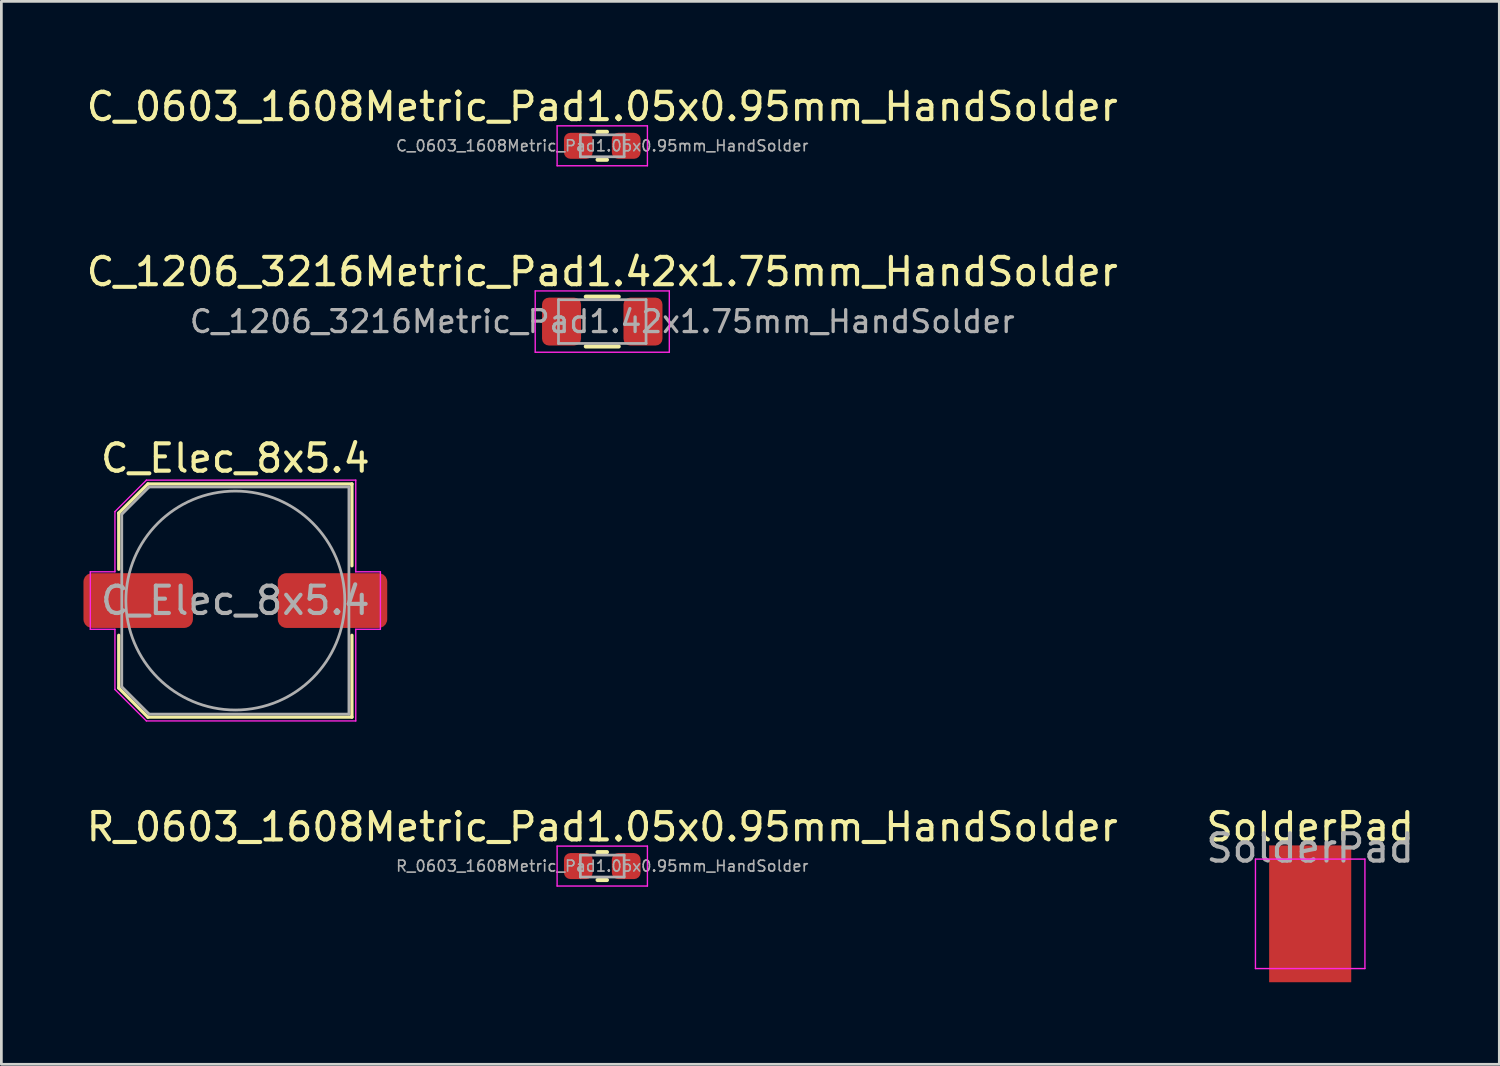
<source format=kicad_pcb>
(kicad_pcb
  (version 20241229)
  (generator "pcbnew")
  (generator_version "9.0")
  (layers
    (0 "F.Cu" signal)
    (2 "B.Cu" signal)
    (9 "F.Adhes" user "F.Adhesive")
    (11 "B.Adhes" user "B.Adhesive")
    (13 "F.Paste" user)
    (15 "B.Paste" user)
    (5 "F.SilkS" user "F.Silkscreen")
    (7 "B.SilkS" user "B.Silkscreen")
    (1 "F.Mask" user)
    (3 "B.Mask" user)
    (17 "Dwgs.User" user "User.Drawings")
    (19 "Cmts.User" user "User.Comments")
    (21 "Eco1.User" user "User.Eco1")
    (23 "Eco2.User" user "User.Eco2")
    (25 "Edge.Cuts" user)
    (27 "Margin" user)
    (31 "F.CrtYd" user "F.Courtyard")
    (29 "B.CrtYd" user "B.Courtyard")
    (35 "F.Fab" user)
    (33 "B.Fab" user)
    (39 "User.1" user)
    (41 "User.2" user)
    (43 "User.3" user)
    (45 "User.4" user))
  (footprint "C_1206_3216Metric_Pad1.42x1.75mm_HandSolder"
    (layer "F.Cu")
    (at 18.958 8.701)
    (property "Reference" "C_1206_3216Metric_Pad1.42x1.75mm_HandSolder" (at 0 -1.82 0) (layer "F.SilkS") (effects (font (size 1 1) (thickness 0.15))))
    (attr smd)
    (fp_line (start -0.602 -0.91) (end 0.602 -0.91) (stroke (width 0.15) (type solid)) (layer "F.SilkS"))
    (fp_line (start -0.602 0.91) (end 0.602 0.91) (stroke (width 0.15) (type solid)) (layer "F.SilkS"))
    (fp_line (start -2.45 -1.12) (end 2.45 -1.12) (stroke (width 0.05) (type solid)) (layer "F.CrtYd"))
    (fp_line (start -2.45 1.12) (end -2.45 -1.12) (stroke (width 0.05) (type solid)) (layer "F.CrtYd"))
    (fp_line (start 2.45 -1.12) (end 2.45 1.12) (stroke (width 0.05) (type solid)) (layer "F.CrtYd"))
    (fp_line (start 2.45 1.12) (end -2.45 1.12) (stroke (width 0.05) (type solid)) (layer "F.CrtYd"))
    (fp_line (start -1.6 -0.8) (end 1.6 -0.8) (stroke (width 0.1) (type solid)) (layer "F.Fab"))
    (fp_line (start -1.6 0.8) (end -1.6 -0.8) (stroke (width 0.1) (type solid)) (layer "F.Fab"))
    (fp_line (start 1.6 -0.8) (end 1.6 0.8) (stroke (width 0.1) (type solid)) (layer "F.Fab"))
    (fp_line (start 1.6 0.8) (end -1.6 0.8) (stroke (width 0.1) (type solid)) (layer "F.Fab"))
    (fp_text user "${REFERENCE}" (at 0 0 0) (layer "F.Fab") (effects (font (size 0.8 0.8) (thickness 0.12))))
    (pad "1" smd roundrect (at -1.488 0) (size 1.425 1.75) (layers "F.Cu" "F.Mask" "F.Paste") (roundrect_rratio 0.175))
    (pad "2" smd roundrect (at 1.488 0) (size 1.425 1.75) (layers "F.Cu" "F.Mask" "F.Paste") (roundrect_rratio 0.175)))
  (footprint "C_0603_1608Metric_Pad1.05x0.95mm_HandSolder"
    (layer "F.Cu")
    (at 18.958 2.278)
    (property "Reference" "C_0603_1608Metric_Pad1.05x0.95mm_HandSolder" (at 0 -1.43 0) (layer "F.SilkS") (effects (font (size 1 1) (thickness 0.15))))
    (attr smd)
    (fp_line (start -0.171 -0.51) (end 0.171 -0.51) (stroke (width 0.15) (type solid)) (layer "F.SilkS"))
    (fp_line (start -0.171 0.51) (end 0.171 0.51) (stroke (width 0.15) (type solid)) (layer "F.SilkS"))
    (fp_line (start -1.65 -0.73) (end 1.65 -0.73) (stroke (width 0.05) (type solid)) (layer "F.CrtYd"))
    (fp_line (start -1.65 0.73) (end -1.65 -0.73) (stroke (width 0.05) (type solid)) (layer "F.CrtYd"))
    (fp_line (start 1.65 -0.73) (end 1.65 0.73) (stroke (width 0.05) (type solid)) (layer "F.CrtYd"))
    (fp_line (start 1.65 0.73) (end -1.65 0.73) (stroke (width 0.05) (type solid)) (layer "F.CrtYd"))
    (fp_line (start -0.8 -0.4) (end 0.8 -0.4) (stroke (width 0.1) (type solid)) (layer "F.Fab"))
    (fp_line (start -0.8 0.4) (end -0.8 -0.4) (stroke (width 0.1) (type solid)) (layer "F.Fab"))
    (fp_line (start 0.8 -0.4) (end 0.8 0.4) (stroke (width 0.1) (type solid)) (layer "F.Fab"))
    (fp_line (start 0.8 0.4) (end -0.8 0.4) (stroke (width 0.1) (type solid)) (layer "F.Fab"))
    (fp_text user "${REFERENCE}" (at 0 0 0) (layer "F.Fab") (effects (font (size 0.4 0.4) (thickness 0.06))))
    (pad "1" smd roundrect (at -0.875 0) (size 1.05 0.95) (layers "F.Cu" "F.Mask" "F.Paste") (roundrect_rratio 0.25))
    (pad "2" smd roundrect (at 0.875 0) (size 1.05 0.95) (layers "F.Cu" "F.Mask" "F.Paste") (roundrect_rratio 0.25)))
  (footprint "C_Elec_8x5.4"
    (layer "F.Cu")
    (at 5.55 18.895)
    (property "Reference" "C_Elec_8x5.4" (at 0 -5.2 0) (layer "F.SilkS") (effects (font (size 1 1) (thickness 0.15))))
    (attr smd)
    (fp_line (start -4.26 -3.196) (end -4.26 -1.143) (stroke (width 0.12) (type solid)) (layer "F.SilkS"))
    (fp_line (start -4.26 -3.196) (end -3.196 -4.26) (stroke (width 0.12) (type solid)) (layer "F.SilkS"))
    (fp_line (start -4.26 3.196) (end -4.26 1.27) (stroke (width 0.12) (type solid)) (layer "F.SilkS"))
    (fp_line (start -4.26 3.196) (end -3.196 4.26) (stroke (width 0.12) (type solid)) (layer "F.SilkS"))
    (fp_line (start -3.196 -4.26) (end 4.26 -4.26) (stroke (width 0.12) (type solid)) (layer "F.SilkS"))
    (fp_line (start -3.196 4.26) (end 4.26 4.26) (stroke (width 0.12) (type solid)) (layer "F.SilkS"))
    (fp_line (start 4.26 -4.26) (end 4.26 -1.27) (stroke (width 0.12) (type solid)) (layer "F.SilkS"))
    (fp_line (start 4.26 4.26) (end 4.26 1.27) (stroke (width 0.12) (type solid)) (layer "F.SilkS"))
    (fp_line (start -5.3 -1.05) (end -5.3 1.05) (stroke (width 0.05) (type solid)) (layer "F.CrtYd"))
    (fp_line (start -5.3 1.05) (end -4.4 1.05) (stroke (width 0.05) (type solid)) (layer "F.CrtYd"))
    (fp_line (start -4.4 -3.25) (end -4.4 -1.05) (stroke (width 0.05) (type solid)) (layer "F.CrtYd"))
    (fp_line (start -4.4 -3.25) (end -3.25 -4.4) (stroke (width 0.05) (type solid)) (layer "F.CrtYd"))
    (fp_line (start -4.4 -1.05) (end -5.3 -1.05) (stroke (width 0.05) (type solid)) (layer "F.CrtYd"))
    (fp_line (start -4.4 1.05) (end -4.4 3.25) (stroke (width 0.05) (type solid)) (layer "F.CrtYd"))
    (fp_line (start -4.4 3.25) (end -3.25 4.4) (stroke (width 0.05) (type solid)) (layer "F.CrtYd"))
    (fp_line (start -3.25 -4.4) (end 4.4 -4.4) (stroke (width 0.05) (type solid)) (layer "F.CrtYd"))
    (fp_line (start -3.25 4.4) (end 4.4 4.4) (stroke (width 0.05) (type solid)) (layer "F.CrtYd"))
    (fp_line (start 4.4 -4.4) (end 4.4 -1.05) (stroke (width 0.05) (type solid)) (layer "F.CrtYd"))
    (fp_line (start 4.4 -1.05) (end 5.3 -1.05) (stroke (width 0.05) (type solid)) (layer "F.CrtYd"))
    (fp_line (start 4.4 1.05) (end 4.4 4.4) (stroke (width 0.05) (type solid)) (layer "F.CrtYd"))
    (fp_line (start 5.3 -1.05) (end 5.3 1.05) (stroke (width 0.05) (type solid)) (layer "F.CrtYd"))
    (fp_line (start 5.3 1.05) (end 4.4 1.05) (stroke (width 0.05) (type solid)) (layer "F.CrtYd"))
    (fp_line (start -4.15 -3.15) (end -4.15 3.15) (stroke (width 0.1) (type solid)) (layer "F.Fab"))
    (fp_line (start -4.15 -3.15) (end -3.15 -4.15) (stroke (width 0.1) (type solid)) (layer "F.Fab"))
    (fp_line (start -4.15 3.15) (end -3.15 4.15) (stroke (width 0.1) (type solid)) (layer "F.Fab"))
    (fp_line (start -3.15 -4.15) (end 4.15 -4.15) (stroke (width 0.1) (type solid)) (layer "F.Fab"))
    (fp_line (start -3.15 4.15) (end 4.15 4.15) (stroke (width 0.1) (type solid)) (layer "F.Fab"))
    (fp_line (start 4.15 -4.15) (end 4.15 4.15) (stroke (width 0.1) (type solid)) (layer "F.Fab"))
    (fp_circle (center 0 0) (end 4 0) (stroke (width 0.1) (type solid)) (fill no) (layer "F.Fab"))
    (fp_text user "${REFERENCE}" (at 0 0 0) (layer "F.Fab") (effects (font (size 1 1) (thickness 0.15))))
    (pad "1" smd roundrect (at -3.55 0) (size 4 2) (layers "F.Cu" "F.Mask" "F.Paste") (roundrect_rratio 0.156))
    (pad "2" smd roundrect (at 3.55 0) (size 4 2) (layers "F.Cu" "F.Mask" "F.Paste") (roundrect_rratio 0.156)))
  (footprint "R_0603_1608Metric_Pad1.05x0.95mm_HandSolder"
    (layer "F.Cu")
    (at 18.958 28.598)
    (property "Reference" "R_0603_1608Metric_Pad1.05x0.95mm_HandSolder" (at 0 -1.43 0) (layer "F.SilkS") (effects (font (size 1 1) (thickness 0.15))))
    (attr smd)
    (fp_line (start -0.171 -0.51) (end 0.171 -0.51) (stroke (width 0.15) (type solid)) (layer "F.SilkS"))
    (fp_line (start -0.171 0.51) (end 0.171 0.51) (stroke (width 0.15) (type solid)) (layer "F.SilkS"))
    (fp_line (start -1.65 -0.73) (end 1.65 -0.73) (stroke (width 0.05) (type solid)) (layer "F.CrtYd"))
    (fp_line (start -1.65 0.73) (end -1.65 -0.73) (stroke (width 0.05) (type solid)) (layer "F.CrtYd"))
    (fp_line (start 1.65 -0.73) (end 1.65 0.73) (stroke (width 0.05) (type solid)) (layer "F.CrtYd"))
    (fp_line (start 1.65 0.73) (end -1.65 0.73) (stroke (width 0.05) (type solid)) (layer "F.CrtYd"))
    (fp_line (start -0.8 -0.4) (end 0.8 -0.4) (stroke (width 0.1) (type solid)) (layer "F.Fab"))
    (fp_line (start -0.8 0.4) (end -0.8 -0.4) (stroke (width 0.1) (type solid)) (layer "F.Fab"))
    (fp_line (start 0.8 -0.4) (end 0.8 0.4) (stroke (width 0.1) (type solid)) (layer "F.Fab"))
    (fp_line (start 0.8 0.4) (end -0.8 0.4) (stroke (width 0.1) (type solid)) (layer "F.Fab"))
    (fp_text user "${REFERENCE}" (at 0 0 0) (layer "F.Fab") (effects (font (size 0.4 0.4) (thickness 0.06))))
    (pad "1" smd roundrect (at -0.875 0) (size 1.05 0.95) (layers "F.Cu" "F.Mask" "F.Paste") (roundrect_rratio 0.25))
    (pad "2" smd roundrect (at 0.875 0) (size 1.05 0.95) (layers "F.Cu" "F.Mask" "F.Paste") (roundrect_rratio 0.25)))
  (footprint "SolderPad"
    (layer "F.Cu")
    (at 44.827 30.343)
    (property "Reference" "SolderPad" (at 0 -3.175 0) (layer "F.SilkS") (effects (font (size 1 1) (thickness 0.15))))
    (attr exclude_from_pos_files exclude_from_bom)
    (fp_line (start -2 -2) (end -2 2) (stroke (width 0.05) (type solid)) (layer "F.CrtYd"))
    (fp_line (start -2 -2) (end 2 -2) (stroke (width 0.05) (type solid)) (layer "F.CrtYd"))
    (fp_line (start 2 2) (end -2 2) (stroke (width 0.05) (type solid)) (layer "F.CrtYd"))
    (fp_line (start 2 2) (end 2 -2) (stroke (width 0.05) (type solid)) (layer "F.CrtYd"))
    (fp_text user "${REFERENCE}" (at 0 -2.4 0) (layer "F.Fab") (effects (font (size 1 1) (thickness 0.15))))
    (pad "1" smd rect (at 0 0) (size 3 5) (layers "F.Cu" "F.Mask")))
  (gr_rect
    (start -3 -3)
    (end 51.738 35.843)
    (stroke (width 0.1) (type default))
    (fill no)
    (layer "Edge.Cuts")))
</source>
